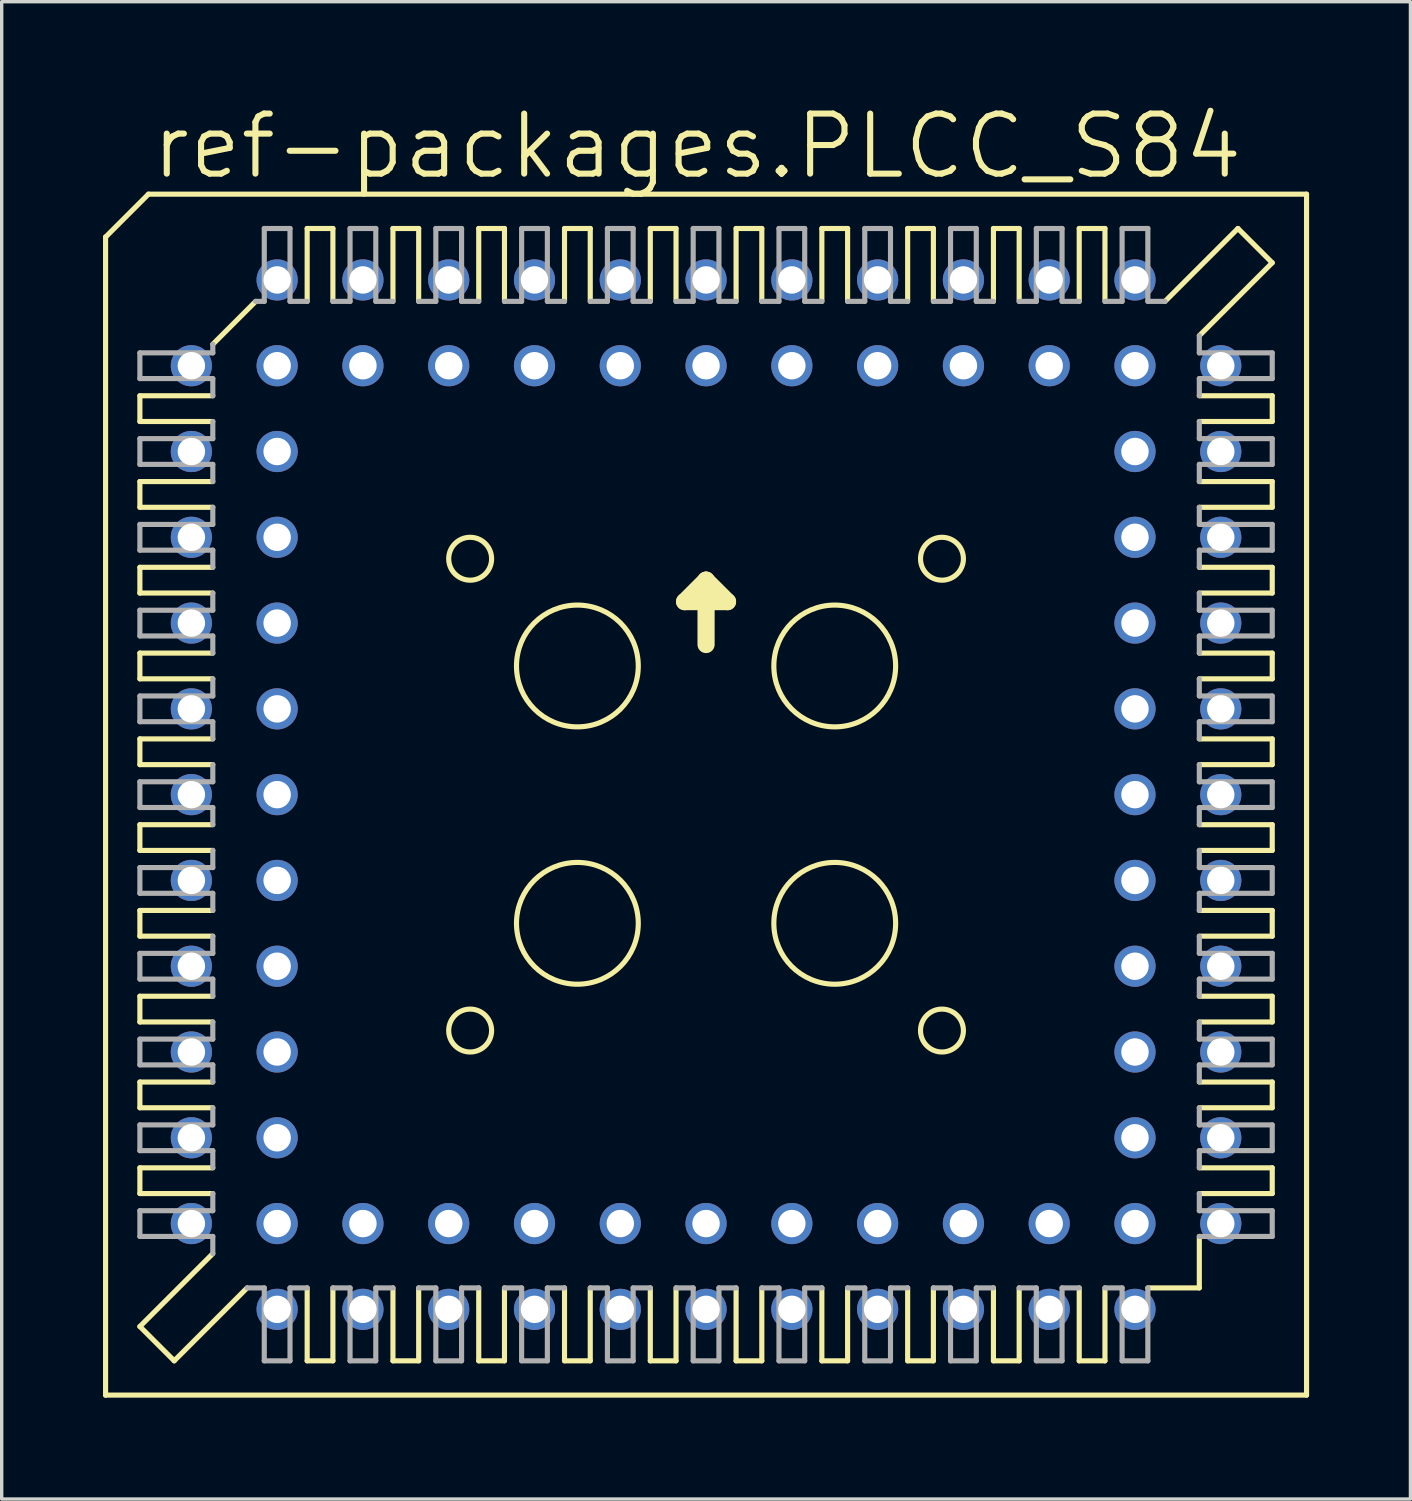
<source format=kicad_pcb>
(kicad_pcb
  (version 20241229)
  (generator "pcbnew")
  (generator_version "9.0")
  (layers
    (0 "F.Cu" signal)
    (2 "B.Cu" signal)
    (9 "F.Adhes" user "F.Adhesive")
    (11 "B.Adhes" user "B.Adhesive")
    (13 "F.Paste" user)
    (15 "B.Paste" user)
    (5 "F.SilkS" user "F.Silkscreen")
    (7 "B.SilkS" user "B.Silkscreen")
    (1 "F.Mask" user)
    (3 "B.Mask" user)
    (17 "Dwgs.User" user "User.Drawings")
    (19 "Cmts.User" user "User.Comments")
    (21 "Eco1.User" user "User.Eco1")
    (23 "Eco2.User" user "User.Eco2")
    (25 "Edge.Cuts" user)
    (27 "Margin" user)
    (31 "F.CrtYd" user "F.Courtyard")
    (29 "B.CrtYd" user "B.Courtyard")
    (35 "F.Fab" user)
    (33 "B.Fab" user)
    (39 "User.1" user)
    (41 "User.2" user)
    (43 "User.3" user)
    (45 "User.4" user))
  (footprint "ref-packages.PLCC_S84"
    (layer "F.Cu")
    (at 17.856 20.479)
    (property "Reference" "ref-packages.PLCC_S84" (at -16.51 -18.161 0) (layer "F.SilkS") (effects (font (size 1.778 1.778) (thickness 0.18)) (justify left bottom)))
    (attr through_hole)
    (fp_line (start -17.78 -16.51) (end -17.78 17.78) (stroke (width 0.152) (type default)) (layer "F.SilkS"))
    (fp_line (start -16.764 -11.811) (end -16.764 -11.049) (stroke (width 0.152) (type default)) (layer "F.SilkS"))
    (fp_line (start -16.764 -11.811) (end -14.605 -11.811) (stroke (width 0.152) (type default)) (layer "F.SilkS"))
    (fp_line (start -16.764 -9.271) (end -16.764 -8.509) (stroke (width 0.152) (type default)) (layer "F.SilkS"))
    (fp_line (start -16.764 -9.271) (end -14.605 -9.271) (stroke (width 0.152) (type default)) (layer "F.SilkS"))
    (fp_line (start -16.764 -6.731) (end -16.764 -5.969) (stroke (width 0.152) (type default)) (layer "F.SilkS"))
    (fp_line (start -16.764 -6.731) (end -14.605 -6.731) (stroke (width 0.152) (type default)) (layer "F.SilkS"))
    (fp_line (start -16.764 -4.191) (end -16.764 -3.429) (stroke (width 0.152) (type default)) (layer "F.SilkS"))
    (fp_line (start -16.764 -4.191) (end -14.605 -4.191) (stroke (width 0.152) (type default)) (layer "F.SilkS"))
    (fp_line (start -16.764 -0.889) (end -16.764 -1.651) (stroke (width 0.152) (type default)) (layer "F.SilkS"))
    (fp_line (start -16.764 -0.889) (end -14.605 -0.889) (stroke (width 0.152) (type default)) (layer "F.SilkS"))
    (fp_line (start -16.764 1.651) (end -16.764 0.889) (stroke (width 0.152) (type default)) (layer "F.SilkS"))
    (fp_line (start -16.764 1.651) (end -14.605 1.651) (stroke (width 0.152) (type default)) (layer "F.SilkS"))
    (fp_line (start -16.764 4.191) (end -16.764 3.429) (stroke (width 0.152) (type default)) (layer "F.SilkS"))
    (fp_line (start -16.764 4.191) (end -14.605 4.191) (stroke (width 0.152) (type default)) (layer "F.SilkS"))
    (fp_line (start -16.764 5.969) (end -16.764 6.731) (stroke (width 0.152) (type default)) (layer "F.SilkS"))
    (fp_line (start -16.764 5.969) (end -14.605 5.969) (stroke (width 0.152) (type default)) (layer "F.SilkS"))
    (fp_line (start -16.764 8.509) (end -16.764 9.271) (stroke (width 0.152) (type default)) (layer "F.SilkS"))
    (fp_line (start -16.764 8.509) (end -14.605 8.509) (stroke (width 0.152) (type default)) (layer "F.SilkS"))
    (fp_line (start -16.764 11.811) (end -16.764 11.049) (stroke (width 0.152) (type default)) (layer "F.SilkS"))
    (fp_line (start -16.764 11.811) (end -14.605 11.811) (stroke (width 0.152) (type default)) (layer "F.SilkS"))
    (fp_line (start -16.764 15.748) (end -14.605 13.589) (stroke (width 0.152) (type default)) (layer "F.SilkS"))
    (fp_line (start -16.51 -17.78) (end -17.78 -16.51) (stroke (width 0.152) (type default)) (layer "F.SilkS"))
    (fp_line (start -15.748 16.764) (end -16.764 15.748) (stroke (width 0.152) (type default)) (layer "F.SilkS"))
    (fp_line (start -15.748 16.764) (end -13.589 14.605) (stroke (width 0.152) (type default)) (layer "F.SilkS"))
    (fp_line (start -14.605 -13.335) (end -13.335 -14.605) (stroke (width 0.152) (type default)) (layer "F.SilkS"))
    (fp_line (start -14.605 -11.049) (end -16.764 -11.049) (stroke (width 0.152) (type default)) (layer "F.SilkS"))
    (fp_line (start -14.605 -8.509) (end -16.764 -8.509) (stroke (width 0.152) (type default)) (layer "F.SilkS"))
    (fp_line (start -14.605 -5.969) (end -16.764 -5.969) (stroke (width 0.152) (type default)) (layer "F.SilkS"))
    (fp_line (start -14.605 -3.429) (end -16.764 -3.429) (stroke (width 0.152) (type default)) (layer "F.SilkS"))
    (fp_line (start -14.605 -1.651) (end -16.764 -1.651) (stroke (width 0.152) (type default)) (layer "F.SilkS"))
    (fp_line (start -14.605 0.889) (end -16.764 0.889) (stroke (width 0.152) (type default)) (layer "F.SilkS"))
    (fp_line (start -14.605 3.429) (end -16.764 3.429) (stroke (width 0.152) (type default)) (layer "F.SilkS"))
    (fp_line (start -14.605 6.731) (end -16.764 6.731) (stroke (width 0.152) (type default)) (layer "F.SilkS"))
    (fp_line (start -14.605 9.271) (end -16.764 9.271) (stroke (width 0.152) (type default)) (layer "F.SilkS"))
    (fp_line (start -14.605 11.049) (end -16.764 11.049) (stroke (width 0.152) (type default)) (layer "F.SilkS"))
    (fp_line (start -11.811 -16.764) (end -11.811 -14.605) (stroke (width 0.152) (type default)) (layer "F.SilkS"))
    (fp_line (start -11.811 -16.764) (end -11.049 -16.764) (stroke (width 0.152) (type default)) (layer "F.SilkS"))
    (fp_line (start -11.811 16.764) (end -11.811 14.605) (stroke (width 0.152) (type default)) (layer "F.SilkS"))
    (fp_line (start -11.811 16.764) (end -11.049 16.764) (stroke (width 0.152) (type default)) (layer "F.SilkS"))
    (fp_line (start -11.049 -14.605) (end -11.049 -16.764) (stroke (width 0.152) (type default)) (layer "F.SilkS"))
    (fp_line (start -11.049 14.605) (end -11.049 16.764) (stroke (width 0.152) (type default)) (layer "F.SilkS"))
    (fp_line (start -9.271 -14.605) (end -9.271 -16.764) (stroke (width 0.152) (type default)) (layer "F.SilkS"))
    (fp_line (start -9.271 16.764) (end -9.271 14.605) (stroke (width 0.152) (type default)) (layer "F.SilkS"))
    (fp_line (start -9.271 16.764) (end -8.509 16.764) (stroke (width 0.152) (type default)) (layer "F.SilkS"))
    (fp_line (start -8.509 -16.764) (end -9.271 -16.764) (stroke (width 0.152) (type default)) (layer "F.SilkS"))
    (fp_line (start -8.509 -16.764) (end -8.509 -14.605) (stroke (width 0.152) (type default)) (layer "F.SilkS"))
    (fp_line (start -8.509 14.605) (end -8.509 16.764) (stroke (width 0.152) (type default)) (layer "F.SilkS"))
    (fp_line (start -6.731 -14.605) (end -6.731 -16.764) (stroke (width 0.152) (type default)) (layer "F.SilkS"))
    (fp_line (start -6.731 16.764) (end -6.731 14.605) (stroke (width 0.152) (type default)) (layer "F.SilkS"))
    (fp_line (start -6.731 16.764) (end -5.969 16.764) (stroke (width 0.152) (type default)) (layer "F.SilkS"))
    (fp_line (start -5.969 -16.764) (end -6.731 -16.764) (stroke (width 0.152) (type default)) (layer "F.SilkS"))
    (fp_line (start -5.969 -16.764) (end -5.969 -14.605) (stroke (width 0.152) (type default)) (layer "F.SilkS"))
    (fp_line (start -5.969 14.605) (end -5.969 16.764) (stroke (width 0.152) (type default)) (layer "F.SilkS"))
    (fp_line (start -4.191 -14.605) (end -4.191 -16.764) (stroke (width 0.152) (type default)) (layer "F.SilkS"))
    (fp_line (start -4.191 16.764) (end -4.191 14.605) (stroke (width 0.152) (type default)) (layer "F.SilkS"))
    (fp_line (start -4.191 16.764) (end -3.429 16.764) (stroke (width 0.152) (type default)) (layer "F.SilkS"))
    (fp_line (start -3.429 -16.764) (end -4.191 -16.764) (stroke (width 0.152) (type default)) (layer "F.SilkS"))
    (fp_line (start -3.429 -16.764) (end -3.429 -14.605) (stroke (width 0.152) (type default)) (layer "F.SilkS"))
    (fp_line (start -3.429 14.605) (end -3.429 16.764) (stroke (width 0.152) (type default)) (layer "F.SilkS"))
    (fp_line (start -1.651 -14.605) (end -1.651 -16.764) (stroke (width 0.152) (type default)) (layer "F.SilkS"))
    (fp_line (start -1.651 16.764) (end -1.651 14.605) (stroke (width 0.152) (type default)) (layer "F.SilkS"))
    (fp_line (start -1.651 16.764) (end -0.889 16.764) (stroke (width 0.152) (type default)) (layer "F.SilkS"))
    (fp_line (start -0.889 -16.764) (end -1.651 -16.764) (stroke (width 0.152) (type default)) (layer "F.SilkS"))
    (fp_line (start -0.889 -16.764) (end -0.889 -14.605) (stroke (width 0.152) (type default)) (layer "F.SilkS"))
    (fp_line (start -0.889 14.605) (end -0.889 16.764) (stroke (width 0.152) (type default)) (layer "F.SilkS"))
    (fp_line (start -0.635 -5.715) (end 0 -6.35) (stroke (width 0.508) (type default)) (layer "F.SilkS"))
    (fp_line (start 0 -6.35) (end 0 -4.445) (stroke (width 0.508) (type default)) (layer "F.SilkS"))
    (fp_line (start 0 -6.35) (end 0.635 -5.715) (stroke (width 0.508) (type default)) (layer "F.SilkS"))
    (fp_line (start 0.635 -5.715) (end -0.635 -5.715) (stroke (width 0.508) (type default)) (layer "F.SilkS"))
    (fp_line (start 0.889 -14.605) (end 0.889 -16.764) (stroke (width 0.152) (type default)) (layer "F.SilkS"))
    (fp_line (start 0.889 16.764) (end 0.889 14.605) (stroke (width 0.152) (type default)) (layer "F.SilkS"))
    (fp_line (start 0.889 16.764) (end 1.651 16.764) (stroke (width 0.152) (type default)) (layer "F.SilkS"))
    (fp_line (start 1.651 -16.764) (end 0.889 -16.764) (stroke (width 0.152) (type default)) (layer "F.SilkS"))
    (fp_line (start 1.651 -16.764) (end 1.651 -14.605) (stroke (width 0.152) (type default)) (layer "F.SilkS"))
    (fp_line (start 1.651 14.605) (end 1.651 16.764) (stroke (width 0.152) (type default)) (layer "F.SilkS"))
    (fp_line (start 3.429 -14.605) (end 3.429 -16.764) (stroke (width 0.152) (type default)) (layer "F.SilkS"))
    (fp_line (start 3.429 16.764) (end 3.429 14.605) (stroke (width 0.152) (type default)) (layer "F.SilkS"))
    (fp_line (start 3.429 16.764) (end 4.191 16.764) (stroke (width 0.152) (type default)) (layer "F.SilkS"))
    (fp_line (start 4.191 -16.764) (end 3.429 -16.764) (stroke (width 0.152) (type default)) (layer "F.SilkS"))
    (fp_line (start 4.191 -16.764) (end 4.191 -14.605) (stroke (width 0.152) (type default)) (layer "F.SilkS"))
    (fp_line (start 4.191 14.605) (end 4.191 16.764) (stroke (width 0.152) (type default)) (layer "F.SilkS"))
    (fp_line (start 5.969 -14.605) (end 5.969 -16.764) (stroke (width 0.152) (type default)) (layer "F.SilkS"))
    (fp_line (start 5.969 16.764) (end 5.969 14.605) (stroke (width 0.152) (type default)) (layer "F.SilkS"))
    (fp_line (start 5.969 16.764) (end 6.731 16.764) (stroke (width 0.152) (type default)) (layer "F.SilkS"))
    (fp_line (start 6.731 -16.764) (end 5.969 -16.764) (stroke (width 0.152) (type default)) (layer "F.SilkS"))
    (fp_line (start 6.731 -16.764) (end 6.731 -14.605) (stroke (width 0.152) (type default)) (layer "F.SilkS"))
    (fp_line (start 6.731 14.605) (end 6.731 16.764) (stroke (width 0.152) (type default)) (layer "F.SilkS"))
    (fp_line (start 8.509 -14.605) (end 8.509 -16.764) (stroke (width 0.152) (type default)) (layer "F.SilkS"))
    (fp_line (start 8.509 16.764) (end 8.509 14.605) (stroke (width 0.152) (type default)) (layer "F.SilkS"))
    (fp_line (start 8.509 16.764) (end 9.271 16.764) (stroke (width 0.152) (type default)) (layer "F.SilkS"))
    (fp_line (start 9.271 -16.764) (end 8.509 -16.764) (stroke (width 0.152) (type default)) (layer "F.SilkS"))
    (fp_line (start 9.271 -16.764) (end 9.271 -14.605) (stroke (width 0.152) (type default)) (layer "F.SilkS"))
    (fp_line (start 9.271 14.605) (end 9.271 16.764) (stroke (width 0.152) (type default)) (layer "F.SilkS"))
    (fp_line (start 11.049 -14.605) (end 11.049 -16.764) (stroke (width 0.152) (type default)) (layer "F.SilkS"))
    (fp_line (start 11.049 14.605) (end 11.049 16.764) (stroke (width 0.152) (type default)) (layer "F.SilkS"))
    (fp_line (start 11.811 -16.764) (end 11.049 -16.764) (stroke (width 0.152) (type default)) (layer "F.SilkS"))
    (fp_line (start 11.811 -16.764) (end 11.811 -14.605) (stroke (width 0.152) (type default)) (layer "F.SilkS"))
    (fp_line (start 11.811 16.764) (end 11.049 16.764) (stroke (width 0.152) (type default)) (layer "F.SilkS"))
    (fp_line (start 11.811 16.764) (end 11.811 14.605) (stroke (width 0.152) (type default)) (layer "F.SilkS"))
    (fp_line (start 13.081 14.605) (end 14.605 14.605) (stroke (width 0.152) (type default)) (layer "F.SilkS"))
    (fp_line (start 14.605 -11.049) (end 16.764 -11.049) (stroke (width 0.152) (type default)) (layer "F.SilkS"))
    (fp_line (start 14.605 -9.271) (end 16.764 -9.271) (stroke (width 0.152) (type default)) (layer "F.SilkS"))
    (fp_line (start 14.605 -6.731) (end 16.764 -6.731) (stroke (width 0.152) (type default)) (layer "F.SilkS"))
    (fp_line (start 14.605 -3.429) (end 16.764 -3.429) (stroke (width 0.152) (type default)) (layer "F.SilkS"))
    (fp_line (start 14.605 -0.889) (end 16.764 -0.889) (stroke (width 0.152) (type default)) (layer "F.SilkS"))
    (fp_line (start 14.605 1.651) (end 16.764 1.651) (stroke (width 0.152) (type default)) (layer "F.SilkS"))
    (fp_line (start 14.605 3.429) (end 16.764 3.429) (stroke (width 0.152) (type default)) (layer "F.SilkS"))
    (fp_line (start 14.605 5.969) (end 16.764 5.969) (stroke (width 0.152) (type default)) (layer "F.SilkS"))
    (fp_line (start 14.605 8.509) (end 16.764 8.509) (stroke (width 0.152) (type default)) (layer "F.SilkS"))
    (fp_line (start 14.605 11.049) (end 16.764 11.049) (stroke (width 0.152) (type default)) (layer "F.SilkS"))
    (fp_line (start 14.605 14.605) (end 14.605 13.081) (stroke (width 0.152) (type default)) (layer "F.SilkS"))
    (fp_line (start 15.748 -16.764) (end 13.589 -14.605) (stroke (width 0.152) (type default)) (layer "F.SilkS"))
    (fp_line (start 16.764 -15.748) (end 14.605 -13.589) (stroke (width 0.152) (type default)) (layer "F.SilkS"))
    (fp_line (start 16.764 -15.748) (end 15.748 -16.764) (stroke (width 0.152) (type default)) (layer "F.SilkS"))
    (fp_line (start 16.764 -11.811) (end 14.605 -11.811) (stroke (width 0.152) (type default)) (layer "F.SilkS"))
    (fp_line (start 16.764 -11.811) (end 16.764 -11.049) (stroke (width 0.152) (type default)) (layer "F.SilkS"))
    (fp_line (start 16.764 -8.509) (end 14.605 -8.509) (stroke (width 0.152) (type default)) (layer "F.SilkS"))
    (fp_line (start 16.764 -8.509) (end 16.764 -9.271) (stroke (width 0.152) (type default)) (layer "F.SilkS"))
    (fp_line (start 16.764 -5.969) (end 14.605 -5.969) (stroke (width 0.152) (type default)) (layer "F.SilkS"))
    (fp_line (start 16.764 -5.969) (end 16.764 -6.731) (stroke (width 0.152) (type default)) (layer "F.SilkS"))
    (fp_line (start 16.764 -4.191) (end 14.605 -4.191) (stroke (width 0.152) (type default)) (layer "F.SilkS"))
    (fp_line (start 16.764 -4.191) (end 16.764 -3.429) (stroke (width 0.152) (type default)) (layer "F.SilkS"))
    (fp_line (start 16.764 -1.651) (end 14.605 -1.651) (stroke (width 0.152) (type default)) (layer "F.SilkS"))
    (fp_line (start 16.764 -1.651) (end 16.764 -0.889) (stroke (width 0.152) (type default)) (layer "F.SilkS"))
    (fp_line (start 16.764 0.889) (end 14.605 0.889) (stroke (width 0.152) (type default)) (layer "F.SilkS"))
    (fp_line (start 16.764 0.889) (end 16.764 1.651) (stroke (width 0.152) (type default)) (layer "F.SilkS"))
    (fp_line (start 16.764 4.191) (end 14.605 4.191) (stroke (width 0.152) (type default)) (layer "F.SilkS"))
    (fp_line (start 16.764 4.191) (end 16.764 3.429) (stroke (width 0.152) (type default)) (layer "F.SilkS"))
    (fp_line (start 16.764 6.731) (end 14.605 6.731) (stroke (width 0.152) (type default)) (layer "F.SilkS"))
    (fp_line (start 16.764 6.731) (end 16.764 5.969) (stroke (width 0.152) (type default)) (layer "F.SilkS"))
    (fp_line (start 16.764 9.271) (end 14.605 9.271) (stroke (width 0.152) (type default)) (layer "F.SilkS"))
    (fp_line (start 16.764 9.271) (end 16.764 8.509) (stroke (width 0.152) (type default)) (layer "F.SilkS"))
    (fp_line (start 16.764 11.811) (end 14.605 11.811) (stroke (width 0.152) (type default)) (layer "F.SilkS"))
    (fp_line (start 16.764 11.811) (end 16.764 11.049) (stroke (width 0.152) (type default)) (layer "F.SilkS"))
    (fp_line (start 17.78 -17.78) (end -16.51 -17.78) (stroke (width 0.152) (type default)) (layer "F.SilkS"))
    (fp_line (start 17.78 17.78) (end -17.78 17.78) (stroke (width 0.152) (type default)) (layer "F.SilkS"))
    (fp_line (start 17.78 17.78) (end 17.78 -17.78) (stroke (width 0.152) (type default)) (layer "F.SilkS"))
    (fp_circle (center -6.985 -6.985) (end -6.35 -6.985) (stroke (width 0.152) (type default)) (fill no) (layer "F.SilkS"))
    (fp_circle (center -6.985 6.985) (end -6.35 6.985) (stroke (width 0.152) (type default)) (fill no) (layer "F.SilkS"))
    (fp_circle (center -3.81 -3.81) (end -2.007 -3.81) (stroke (width 0.152) (type default)) (fill no) (layer "F.SilkS"))
    (fp_circle (center -3.81 3.81) (end -2.007 3.81) (stroke (width 0.152) (type default)) (fill no) (layer "F.SilkS"))
    (fp_circle (center 3.81 -3.81) (end 5.613 -3.81) (stroke (width 0.152) (type default)) (fill no) (layer "F.SilkS"))
    (fp_circle (center 3.81 3.81) (end 5.613 3.81) (stroke (width 0.152) (type default)) (fill no) (layer "F.SilkS"))
    (fp_circle (center 6.985 -6.985) (end 7.62 -6.985) (stroke (width 0.152) (type default)) (fill no) (layer "F.SilkS"))
    (fp_circle (center 6.985 6.985) (end 7.62 6.985) (stroke (width 0.152) (type default)) (fill no) (layer "F.SilkS"))
    (fp_line (start -16.764 -13.081) (end -16.764 -12.319) (stroke (width 0.152) (type default)) (layer "F.Fab"))
    (fp_line (start -16.764 -13.081) (end -14.605 -13.081) (stroke (width 0.152) (type default)) (layer "F.Fab"))
    (fp_line (start -16.764 -10.541) (end -16.764 -9.779) (stroke (width 0.152) (type default)) (layer "F.Fab"))
    (fp_line (start -16.764 -10.541) (end -14.605 -10.541) (stroke (width 0.152) (type default)) (layer "F.Fab"))
    (fp_line (start -16.764 -7.239) (end -16.764 -8.001) (stroke (width 0.152) (type default)) (layer "F.Fab"))
    (fp_line (start -16.764 -7.239) (end -14.605 -7.239) (stroke (width 0.152) (type default)) (layer "F.Fab"))
    (fp_line (start -16.764 -5.461) (end -16.764 -4.699) (stroke (width 0.152) (type default)) (layer "F.Fab"))
    (fp_line (start -16.764 -5.461) (end -14.605 -5.461) (stroke (width 0.152) (type default)) (layer "F.Fab"))
    (fp_line (start -16.764 -2.921) (end -16.764 -2.159) (stroke (width 0.152) (type default)) (layer "F.Fab"))
    (fp_line (start -16.764 -2.921) (end -14.605 -2.921) (stroke (width 0.152) (type default)) (layer "F.Fab"))
    (fp_line (start -16.764 0.381) (end -16.764 -0.381) (stroke (width 0.152) (type default)) (layer "F.Fab"))
    (fp_line (start -16.764 0.381) (end -14.605 0.381) (stroke (width 0.152) (type default)) (layer "F.Fab"))
    (fp_line (start -16.764 2.921) (end -16.764 2.159) (stroke (width 0.152) (type default)) (layer "F.Fab"))
    (fp_line (start -16.764 2.921) (end -14.605 2.921) (stroke (width 0.152) (type default)) (layer "F.Fab"))
    (fp_line (start -16.764 5.461) (end -16.764 4.699) (stroke (width 0.152) (type default)) (layer "F.Fab"))
    (fp_line (start -16.764 5.461) (end -14.605 5.461) (stroke (width 0.152) (type default)) (layer "F.Fab"))
    (fp_line (start -16.764 7.239) (end -16.764 8.001) (stroke (width 0.152) (type default)) (layer "F.Fab"))
    (fp_line (start -16.764 7.239) (end -14.605 7.239) (stroke (width 0.152) (type default)) (layer "F.Fab"))
    (fp_line (start -16.764 9.779) (end -16.764 10.541) (stroke (width 0.152) (type default)) (layer "F.Fab"))
    (fp_line (start -16.764 9.779) (end -14.605 9.779) (stroke (width 0.152) (type default)) (layer "F.Fab"))
    (fp_line (start -16.764 13.081) (end -16.764 12.319) (stroke (width 0.152) (type default)) (layer "F.Fab"))
    (fp_line (start -16.764 13.081) (end -14.605 13.081) (stroke (width 0.152) (type default)) (layer "F.Fab"))
    (fp_line (start -14.605 -13.081) (end -14.605 -13.335) (stroke (width 0.152) (type default)) (layer "F.Fab"))
    (fp_line (start -14.605 -12.319) (end -16.764 -12.319) (stroke (width 0.152) (type default)) (layer "F.Fab"))
    (fp_line (start -14.605 -12.319) (end -14.605 -11.811) (stroke (width 0.152) (type default)) (layer "F.Fab"))
    (fp_line (start -14.605 -11.049) (end -14.605 -10.541) (stroke (width 0.152) (type default)) (layer "F.Fab"))
    (fp_line (start -14.605 -9.779) (end -16.764 -9.779) (stroke (width 0.152) (type default)) (layer "F.Fab"))
    (fp_line (start -14.605 -9.779) (end -14.605 -9.271) (stroke (width 0.152) (type default)) (layer "F.Fab"))
    (fp_line (start -14.605 -8.001) (end -16.764 -8.001) (stroke (width 0.152) (type default)) (layer "F.Fab"))
    (fp_line (start -14.605 -8.001) (end -14.605 -8.509) (stroke (width 0.152) (type default)) (layer "F.Fab"))
    (fp_line (start -14.605 -6.731) (end -14.605 -7.239) (stroke (width 0.152) (type default)) (layer "F.Fab"))
    (fp_line (start -14.605 -5.969) (end -14.605 -5.461) (stroke (width 0.152) (type default)) (layer "F.Fab"))
    (fp_line (start -14.605 -4.699) (end -16.764 -4.699) (stroke (width 0.152) (type default)) (layer "F.Fab"))
    (fp_line (start -14.605 -4.699) (end -14.605 -4.191) (stroke (width 0.152) (type default)) (layer "F.Fab"))
    (fp_line (start -14.605 -3.429) (end -14.605 -2.921) (stroke (width 0.152) (type default)) (layer "F.Fab"))
    (fp_line (start -14.605 -2.159) (end -16.764 -2.159) (stroke (width 0.152) (type default)) (layer "F.Fab"))
    (fp_line (start -14.605 -2.159) (end -14.605 -1.651) (stroke (width 0.152) (type default)) (layer "F.Fab"))
    (fp_line (start -14.605 -0.381) (end -16.764 -0.381) (stroke (width 0.152) (type default)) (layer "F.Fab"))
    (fp_line (start -14.605 -0.381) (end -14.605 -0.889) (stroke (width 0.152) (type default)) (layer "F.Fab"))
    (fp_line (start -14.605 0.889) (end -14.605 0.381) (stroke (width 0.152) (type default)) (layer "F.Fab"))
    (fp_line (start -14.605 2.159) (end -16.764 2.159) (stroke (width 0.152) (type default)) (layer "F.Fab"))
    (fp_line (start -14.605 2.159) (end -14.605 1.651) (stroke (width 0.152) (type default)) (layer "F.Fab"))
    (fp_line (start -14.605 3.429) (end -14.605 2.921) (stroke (width 0.152) (type default)) (layer "F.Fab"))
    (fp_line (start -14.605 4.699) (end -16.764 4.699) (stroke (width 0.152) (type default)) (layer "F.Fab"))
    (fp_line (start -14.605 4.699) (end -14.605 4.191) (stroke (width 0.152) (type default)) (layer "F.Fab"))
    (fp_line (start -14.605 5.461) (end -14.605 5.969) (stroke (width 0.152) (type default)) (layer "F.Fab"))
    (fp_line (start -14.605 6.731) (end -14.605 7.239) (stroke (width 0.152) (type default)) (layer "F.Fab"))
    (fp_line (start -14.605 8.001) (end -16.764 8.001) (stroke (width 0.152) (type default)) (layer "F.Fab"))
    (fp_line (start -14.605 8.001) (end -14.605 8.509) (stroke (width 0.152) (type default)) (layer "F.Fab"))
    (fp_line (start -14.605 9.271) (end -14.605 9.779) (stroke (width 0.152) (type default)) (layer "F.Fab"))
    (fp_line (start -14.605 10.541) (end -16.764 10.541) (stroke (width 0.152) (type default)) (layer "F.Fab"))
    (fp_line (start -14.605 11.049) (end -14.605 10.541) (stroke (width 0.152) (type default)) (layer "F.Fab"))
    (fp_line (start -14.605 12.319) (end -16.764 12.319) (stroke (width 0.152) (type default)) (layer "F.Fab"))
    (fp_line (start -14.605 12.319) (end -14.605 11.811) (stroke (width 0.152) (type default)) (layer "F.Fab"))
    (fp_line (start -14.605 13.589) (end -14.605 13.081) (stroke (width 0.152) (type default)) (layer "F.Fab"))
    (fp_line (start -13.589 14.605) (end -13.081 14.605) (stroke (width 0.152) (type default)) (layer "F.Fab"))
    (fp_line (start -13.335 -14.605) (end -13.081 -14.605) (stroke (width 0.152) (type default)) (layer "F.Fab"))
    (fp_line (start -13.081 -14.605) (end -13.081 -16.764) (stroke (width 0.152) (type default)) (layer "F.Fab"))
    (fp_line (start -13.081 16.764) (end -13.081 14.605) (stroke (width 0.152) (type default)) (layer "F.Fab"))
    (fp_line (start -13.081 16.764) (end -12.319 16.764) (stroke (width 0.152) (type default)) (layer "F.Fab"))
    (fp_line (start -12.319 -16.764) (end -13.081 -16.764) (stroke (width 0.152) (type default)) (layer "F.Fab"))
    (fp_line (start -12.319 -16.764) (end -12.319 -14.605) (stroke (width 0.152) (type default)) (layer "F.Fab"))
    (fp_line (start -12.319 -14.605) (end -11.811 -14.605) (stroke (width 0.152) (type default)) (layer "F.Fab"))
    (fp_line (start -12.319 14.605) (end -12.319 16.764) (stroke (width 0.152) (type default)) (layer "F.Fab"))
    (fp_line (start -12.319 14.605) (end -11.811 14.605) (stroke (width 0.152) (type default)) (layer "F.Fab"))
    (fp_line (start -11.049 -14.605) (end -10.541 -14.605) (stroke (width 0.152) (type default)) (layer "F.Fab"))
    (fp_line (start -11.049 14.605) (end -10.541 14.605) (stroke (width 0.152) (type default)) (layer "F.Fab"))
    (fp_line (start -10.541 -14.605) (end -10.541 -16.764) (stroke (width 0.152) (type default)) (layer "F.Fab"))
    (fp_line (start -10.541 16.764) (end -10.541 14.605) (stroke (width 0.152) (type default)) (layer "F.Fab"))
    (fp_line (start -10.541 16.764) (end -9.779 16.764) (stroke (width 0.152) (type default)) (layer "F.Fab"))
    (fp_line (start -9.779 -16.764) (end -10.541 -16.764) (stroke (width 0.152) (type default)) (layer "F.Fab"))
    (fp_line (start -9.779 -16.764) (end -9.779 -14.605) (stroke (width 0.152) (type default)) (layer "F.Fab"))
    (fp_line (start -9.779 14.605) (end -9.779 16.764) (stroke (width 0.152) (type default)) (layer "F.Fab"))
    (fp_line (start -9.779 14.605) (end -9.271 14.605) (stroke (width 0.152) (type default)) (layer "F.Fab"))
    (fp_line (start -9.271 -14.605) (end -9.779 -14.605) (stroke (width 0.152) (type default)) (layer "F.Fab"))
    (fp_line (start -8.001 -14.605) (end -8.509 -14.605) (stroke (width 0.152) (type default)) (layer "F.Fab"))
    (fp_line (start -8.001 -14.605) (end -8.001 -16.764) (stroke (width 0.152) (type default)) (layer "F.Fab"))
    (fp_line (start -8.001 14.605) (end -8.509 14.605) (stroke (width 0.152) (type default)) (layer "F.Fab"))
    (fp_line (start -8.001 14.605) (end -8.001 16.764) (stroke (width 0.152) (type default)) (layer "F.Fab"))
    (fp_line (start -7.239 -16.764) (end -8.001 -16.764) (stroke (width 0.152) (type default)) (layer "F.Fab"))
    (fp_line (start -7.239 -16.764) (end -7.239 -14.605) (stroke (width 0.152) (type default)) (layer "F.Fab"))
    (fp_line (start -7.239 16.764) (end -8.001 16.764) (stroke (width 0.152) (type default)) (layer "F.Fab"))
    (fp_line (start -7.239 16.764) (end -7.239 14.605) (stroke (width 0.152) (type default)) (layer "F.Fab"))
    (fp_line (start -6.731 -14.605) (end -7.239 -14.605) (stroke (width 0.152) (type default)) (layer "F.Fab"))
    (fp_line (start -6.731 14.605) (end -7.239 14.605) (stroke (width 0.152) (type default)) (layer "F.Fab"))
    (fp_line (start -5.969 14.605) (end -5.461 14.605) (stroke (width 0.152) (type default)) (layer "F.Fab"))
    (fp_line (start -5.461 -14.605) (end -5.969 -14.605) (stroke (width 0.152) (type default)) (layer "F.Fab"))
    (fp_line (start -5.461 -14.605) (end -5.461 -16.764) (stroke (width 0.152) (type default)) (layer "F.Fab"))
    (fp_line (start -5.461 16.764) (end -5.461 14.605) (stroke (width 0.152) (type default)) (layer "F.Fab"))
    (fp_line (start -5.461 16.764) (end -4.699 16.764) (stroke (width 0.152) (type default)) (layer "F.Fab"))
    (fp_line (start -4.699 -16.764) (end -5.461 -16.764) (stroke (width 0.152) (type default)) (layer "F.Fab"))
    (fp_line (start -4.699 -16.764) (end -4.699 -14.605) (stroke (width 0.152) (type default)) (layer "F.Fab"))
    (fp_line (start -4.699 14.605) (end -4.699 16.764) (stroke (width 0.152) (type default)) (layer "F.Fab"))
    (fp_line (start -4.699 14.605) (end -4.191 14.605) (stroke (width 0.152) (type default)) (layer "F.Fab"))
    (fp_line (start -4.191 -14.605) (end -4.699 -14.605) (stroke (width 0.152) (type default)) (layer "F.Fab"))
    (fp_line (start -3.429 14.605) (end -2.921 14.605) (stroke (width 0.152) (type default)) (layer "F.Fab"))
    (fp_line (start -2.921 -14.605) (end -3.429 -14.605) (stroke (width 0.152) (type default)) (layer "F.Fab"))
    (fp_line (start -2.921 -14.605) (end -2.921 -16.764) (stroke (width 0.152) (type default)) (layer "F.Fab"))
    (fp_line (start -2.921 16.764) (end -2.921 14.605) (stroke (width 0.152) (type default)) (layer "F.Fab"))
    (fp_line (start -2.921 16.764) (end -2.159 16.764) (stroke (width 0.152) (type default)) (layer "F.Fab"))
    (fp_line (start -2.159 -16.764) (end -2.921 -16.764) (stroke (width 0.152) (type default)) (layer "F.Fab"))
    (fp_line (start -2.159 -16.764) (end -2.159 -14.605) (stroke (width 0.152) (type default)) (layer "F.Fab"))
    (fp_line (start -2.159 14.605) (end -2.159 16.764) (stroke (width 0.152) (type default)) (layer "F.Fab"))
    (fp_line (start -2.159 14.605) (end -1.651 14.605) (stroke (width 0.152) (type default)) (layer "F.Fab"))
    (fp_line (start -1.651 -14.605) (end -2.159 -14.605) (stroke (width 0.152) (type default)) (layer "F.Fab"))
    (fp_line (start -0.889 14.605) (end -0.381 14.605) (stroke (width 0.152) (type default)) (layer "F.Fab"))
    (fp_line (start -0.381 -14.605) (end -0.889 -14.605) (stroke (width 0.152) (type default)) (layer "F.Fab"))
    (fp_line (start -0.381 -14.605) (end -0.381 -16.764) (stroke (width 0.152) (type default)) (layer "F.Fab"))
    (fp_line (start -0.381 16.764) (end -0.381 14.605) (stroke (width 0.152) (type default)) (layer "F.Fab"))
    (fp_line (start -0.381 16.764) (end 0.381 16.764) (stroke (width 0.152) (type default)) (layer "F.Fab"))
    (fp_line (start 0.381 -16.764) (end -0.381 -16.764) (stroke (width 0.152) (type default)) (layer "F.Fab"))
    (fp_line (start 0.381 -16.764) (end 0.381 -14.605) (stroke (width 0.152) (type default)) (layer "F.Fab"))
    (fp_line (start 0.381 14.605) (end 0.381 16.764) (stroke (width 0.152) (type default)) (layer "F.Fab"))
    (fp_line (start 0.381 14.605) (end 0.889 14.605) (stroke (width 0.152) (type default)) (layer "F.Fab"))
    (fp_line (start 0.889 -14.605) (end 0.381 -14.605) (stroke (width 0.152) (type default)) (layer "F.Fab"))
    (fp_line (start 1.651 14.605) (end 2.159 14.605) (stroke (width 0.152) (type default)) (layer "F.Fab"))
    (fp_line (start 2.159 -14.605) (end 1.651 -14.605) (stroke (width 0.152) (type default)) (layer "F.Fab"))
    (fp_line (start 2.159 -14.605) (end 2.159 -16.764) (stroke (width 0.152) (type default)) (layer "F.Fab"))
    (fp_line (start 2.159 16.764) (end 2.159 14.605) (stroke (width 0.152) (type default)) (layer "F.Fab"))
    (fp_line (start 2.159 16.764) (end 2.921 16.764) (stroke (width 0.152) (type default)) (layer "F.Fab"))
    (fp_line (start 2.921 -16.764) (end 2.159 -16.764) (stroke (width 0.152) (type default)) (layer "F.Fab"))
    (fp_line (start 2.921 -16.764) (end 2.921 -14.605) (stroke (width 0.152) (type default)) (layer "F.Fab"))
    (fp_line (start 2.921 14.605) (end 2.921 16.764) (stroke (width 0.152) (type default)) (layer "F.Fab"))
    (fp_line (start 2.921 14.605) (end 3.429 14.605) (stroke (width 0.152) (type default)) (layer "F.Fab"))
    (fp_line (start 3.429 -14.605) (end 2.921 -14.605) (stroke (width 0.152) (type default)) (layer "F.Fab"))
    (fp_line (start 4.191 14.605) (end 4.699 14.605) (stroke (width 0.152) (type default)) (layer "F.Fab"))
    (fp_line (start 4.699 -14.605) (end 4.191 -14.605) (stroke (width 0.152) (type default)) (layer "F.Fab"))
    (fp_line (start 4.699 -14.605) (end 4.699 -16.764) (stroke (width 0.152) (type default)) (layer "F.Fab"))
    (fp_line (start 4.699 16.764) (end 4.699 14.605) (stroke (width 0.152) (type default)) (layer "F.Fab"))
    (fp_line (start 4.699 16.764) (end 5.461 16.764) (stroke (width 0.152) (type default)) (layer "F.Fab"))
    (fp_line (start 5.461 -16.764) (end 4.699 -16.764) (stroke (width 0.152) (type default)) (layer "F.Fab"))
    (fp_line (start 5.461 -16.764) (end 5.461 -14.605) (stroke (width 0.152) (type default)) (layer "F.Fab"))
    (fp_line (start 5.461 14.605) (end 5.461 16.764) (stroke (width 0.152) (type default)) (layer "F.Fab"))
    (fp_line (start 5.461 14.605) (end 5.969 14.605) (stroke (width 0.152) (type default)) (layer "F.Fab"))
    (fp_line (start 5.969 -14.605) (end 5.461 -14.605) (stroke (width 0.152) (type default)) (layer "F.Fab"))
    (fp_line (start 6.731 -14.605) (end 7.239 -14.605) (stroke (width 0.152) (type default)) (layer "F.Fab"))
    (fp_line (start 6.731 14.605) (end 7.239 14.605) (stroke (width 0.152) (type default)) (layer "F.Fab"))
    (fp_line (start 7.239 -16.764) (end 7.239 -14.605) (stroke (width 0.152) (type default)) (layer "F.Fab"))
    (fp_line (start 7.239 -16.764) (end 8.001 -16.764) (stroke (width 0.152) (type default)) (layer "F.Fab"))
    (fp_line (start 7.239 16.764) (end 7.239 14.605) (stroke (width 0.152) (type default)) (layer "F.Fab"))
    (fp_line (start 7.239 16.764) (end 8.001 16.764) (stroke (width 0.152) (type default)) (layer "F.Fab"))
    (fp_line (start 8.001 -14.605) (end 8.001 -16.764) (stroke (width 0.152) (type default)) (layer "F.Fab"))
    (fp_line (start 8.001 -14.605) (end 8.509 -14.605) (stroke (width 0.152) (type default)) (layer "F.Fab"))
    (fp_line (start 8.001 14.605) (end 8.001 16.764) (stroke (width 0.152) (type default)) (layer "F.Fab"))
    (fp_line (start 8.001 14.605) (end 8.509 14.605) (stroke (width 0.152) (type default)) (layer "F.Fab"))
    (fp_line (start 9.271 14.605) (end 9.779 14.605) (stroke (width 0.152) (type default)) (layer "F.Fab"))
    (fp_line (start 9.779 -14.605) (end 9.271 -14.605) (stroke (width 0.152) (type default)) (layer "F.Fab"))
    (fp_line (start 9.779 -14.605) (end 9.779 -16.764) (stroke (width 0.152) (type default)) (layer "F.Fab"))
    (fp_line (start 9.779 16.764) (end 9.779 14.605) (stroke (width 0.152) (type default)) (layer "F.Fab"))
    (fp_line (start 9.779 16.764) (end 10.541 16.764) (stroke (width 0.152) (type default)) (layer "F.Fab"))
    (fp_line (start 10.541 -16.764) (end 9.779 -16.764) (stroke (width 0.152) (type default)) (layer "F.Fab"))
    (fp_line (start 10.541 -16.764) (end 10.541 -14.605) (stroke (width 0.152) (type default)) (layer "F.Fab"))
    (fp_line (start 10.541 14.605) (end 10.541 16.764) (stroke (width 0.152) (type default)) (layer "F.Fab"))
    (fp_line (start 11.049 -14.605) (end 10.541 -14.605) (stroke (width 0.152) (type default)) (layer "F.Fab"))
    (fp_line (start 11.049 14.605) (end 10.541 14.605) (stroke (width 0.152) (type default)) (layer "F.Fab"))
    (fp_line (start 12.319 -14.605) (end 11.811 -14.605) (stroke (width 0.152) (type default)) (layer "F.Fab"))
    (fp_line (start 12.319 -14.605) (end 12.319 -16.764) (stroke (width 0.152) (type default)) (layer "F.Fab"))
    (fp_line (start 12.319 14.605) (end 11.811 14.605) (stroke (width 0.152) (type default)) (layer "F.Fab"))
    (fp_line (start 12.319 16.764) (end 12.319 14.605) (stroke (width 0.152) (type default)) (layer "F.Fab"))
    (fp_line (start 12.319 16.764) (end 13.081 16.764) (stroke (width 0.152) (type default)) (layer "F.Fab"))
    (fp_line (start 13.081 -16.764) (end 12.319 -16.764) (stroke (width 0.152) (type default)) (layer "F.Fab"))
    (fp_line (start 13.081 -16.764) (end 13.081 -14.605) (stroke (width 0.152) (type default)) (layer "F.Fab"))
    (fp_line (start 13.081 14.605) (end 13.081 16.764) (stroke (width 0.152) (type default)) (layer "F.Fab"))
    (fp_line (start 13.589 -14.605) (end 13.081 -14.605) (stroke (width 0.152) (type default)) (layer "F.Fab"))
    (fp_line (start 14.605 -13.589) (end 14.605 -13.081) (stroke (width 0.152) (type default)) (layer "F.Fab"))
    (fp_line (start 14.605 -12.319) (end 14.605 -11.811) (stroke (width 0.152) (type default)) (layer "F.Fab"))
    (fp_line (start 14.605 -12.319) (end 16.764 -12.319) (stroke (width 0.152) (type default)) (layer "F.Fab"))
    (fp_line (start 14.605 -11.049) (end 14.605 -10.541) (stroke (width 0.152) (type default)) (layer "F.Fab"))
    (fp_line (start 14.605 -10.541) (end 16.764 -10.541) (stroke (width 0.152) (type default)) (layer "F.Fab"))
    (fp_line (start 14.605 -9.271) (end 14.605 -9.779) (stroke (width 0.152) (type default)) (layer "F.Fab"))
    (fp_line (start 14.605 -8.001) (end 14.605 -8.509) (stroke (width 0.152) (type default)) (layer "F.Fab"))
    (fp_line (start 14.605 -8.001) (end 16.764 -8.001) (stroke (width 0.152) (type default)) (layer "F.Fab"))
    (fp_line (start 14.605 -6.731) (end 14.605 -7.239) (stroke (width 0.152) (type default)) (layer "F.Fab"))
    (fp_line (start 14.605 -5.461) (end 14.605 -5.969) (stroke (width 0.152) (type default)) (layer "F.Fab"))
    (fp_line (start 14.605 -4.699) (end 14.605 -4.191) (stroke (width 0.152) (type default)) (layer "F.Fab"))
    (fp_line (start 14.605 -4.699) (end 16.764 -4.699) (stroke (width 0.152) (type default)) (layer "F.Fab"))
    (fp_line (start 14.605 -3.429) (end 14.605 -2.921) (stroke (width 0.152) (type default)) (layer "F.Fab"))
    (fp_line (start 14.605 -2.159) (end 14.605 -1.651) (stroke (width 0.152) (type default)) (layer "F.Fab"))
    (fp_line (start 14.605 -2.159) (end 16.764 -2.159) (stroke (width 0.152) (type default)) (layer "F.Fab"))
    (fp_line (start 14.605 -0.889) (end 14.605 -0.381) (stroke (width 0.152) (type default)) (layer "F.Fab"))
    (fp_line (start 14.605 0.381) (end 14.605 0.889) (stroke (width 0.152) (type default)) (layer "F.Fab"))
    (fp_line (start 14.605 0.381) (end 16.764 0.381) (stroke (width 0.152) (type default)) (layer "F.Fab"))
    (fp_line (start 14.605 1.651) (end 14.605 2.159) (stroke (width 0.152) (type default)) (layer "F.Fab"))
    (fp_line (start 14.605 2.159) (end 16.764 2.159) (stroke (width 0.152) (type default)) (layer "F.Fab"))
    (fp_line (start 14.605 3.429) (end 14.605 2.921) (stroke (width 0.152) (type default)) (layer "F.Fab"))
    (fp_line (start 14.605 4.699) (end 14.605 4.191) (stroke (width 0.152) (type default)) (layer "F.Fab"))
    (fp_line (start 14.605 4.699) (end 16.764 4.699) (stroke (width 0.152) (type default)) (layer "F.Fab"))
    (fp_line (start 14.605 5.969) (end 14.605 5.461) (stroke (width 0.152) (type default)) (layer "F.Fab"))
    (fp_line (start 14.605 6.731) (end 14.605 7.239) (stroke (width 0.152) (type default)) (layer "F.Fab"))
    (fp_line (start 14.605 8.001) (end 14.605 8.509) (stroke (width 0.152) (type default)) (layer "F.Fab"))
    (fp_line (start 14.605 8.001) (end 16.764 8.001) (stroke (width 0.152) (type default)) (layer "F.Fab"))
    (fp_line (start 14.605 9.779) (end 14.605 9.271) (stroke (width 0.152) (type default)) (layer "F.Fab"))
    (fp_line (start 14.605 9.779) (end 16.764 9.779) (stroke (width 0.152) (type default)) (layer "F.Fab"))
    (fp_line (start 14.605 11.049) (end 14.605 10.541) (stroke (width 0.152) (type default)) (layer "F.Fab"))
    (fp_line (start 14.605 12.319) (end 14.605 11.811) (stroke (width 0.152) (type default)) (layer "F.Fab"))
    (fp_line (start 14.605 12.319) (end 16.764 12.319) (stroke (width 0.152) (type default)) (layer "F.Fab"))
    (fp_line (start 16.764 -13.081) (end 14.605 -13.081) (stroke (width 0.152) (type default)) (layer "F.Fab"))
    (fp_line (start 16.764 -13.081) (end 16.764 -12.319) (stroke (width 0.152) (type default)) (layer "F.Fab"))
    (fp_line (start 16.764 -9.779) (end 14.605 -9.779) (stroke (width 0.152) (type default)) (layer "F.Fab"))
    (fp_line (start 16.764 -9.779) (end 16.764 -10.541) (stroke (width 0.152) (type default)) (layer "F.Fab"))
    (fp_line (start 16.764 -7.239) (end 14.605 -7.239) (stroke (width 0.152) (type default)) (layer "F.Fab"))
    (fp_line (start 16.764 -7.239) (end 16.764 -8.001) (stroke (width 0.152) (type default)) (layer "F.Fab"))
    (fp_line (start 16.764 -5.461) (end 14.605 -5.461) (stroke (width 0.152) (type default)) (layer "F.Fab"))
    (fp_line (start 16.764 -5.461) (end 16.764 -4.699) (stroke (width 0.152) (type default)) (layer "F.Fab"))
    (fp_line (start 16.764 -2.921) (end 14.605 -2.921) (stroke (width 0.152) (type default)) (layer "F.Fab"))
    (fp_line (start 16.764 -2.921) (end 16.764 -2.159) (stroke (width 0.152) (type default)) (layer "F.Fab"))
    (fp_line (start 16.764 -0.381) (end 14.605 -0.381) (stroke (width 0.152) (type default)) (layer "F.Fab"))
    (fp_line (start 16.764 -0.381) (end 16.764 0.381) (stroke (width 0.152) (type default)) (layer "F.Fab"))
    (fp_line (start 16.764 2.921) (end 14.605 2.921) (stroke (width 0.152) (type default)) (layer "F.Fab"))
    (fp_line (start 16.764 2.921) (end 16.764 2.159) (stroke (width 0.152) (type default)) (layer "F.Fab"))
    (fp_line (start 16.764 5.461) (end 14.605 5.461) (stroke (width 0.152) (type default)) (layer "F.Fab"))
    (fp_line (start 16.764 5.461) (end 16.764 4.699) (stroke (width 0.152) (type default)) (layer "F.Fab"))
    (fp_line (start 16.764 7.239) (end 14.605 7.239) (stroke (width 0.152) (type default)) (layer "F.Fab"))
    (fp_line (start 16.764 7.239) (end 16.764 8.001) (stroke (width 0.152) (type default)) (layer "F.Fab"))
    (fp_line (start 16.764 10.541) (end 14.605 10.541) (stroke (width 0.152) (type default)) (layer "F.Fab"))
    (fp_line (start 16.764 10.541) (end 16.764 9.779) (stroke (width 0.152) (type default)) (layer "F.Fab"))
    (fp_line (start 16.764 13.081) (end 14.605 13.081) (stroke (width 0.152) (type default)) (layer "F.Fab"))
    (fp_line (start 16.764 13.081) (end 16.764 12.319) (stroke (width 0.152) (type default)) (layer "F.Fab"))
    (pad "1" thru_hole circle (at 0 -15.24) (size 1.219 1.219) (drill 0.813) (layers "*.Cu" "*.Mask"))
    (pad "2" thru_hole circle (at 0 -12.7) (size 1.219 1.219) (drill 0.813) (layers "*.Cu" "*.Mask"))
    (pad "3" thru_hole circle (at -2.54 -15.24) (size 1.219 1.219) (drill 0.813) (layers "*.Cu" "*.Mask"))
    (pad "4" thru_hole circle (at -2.54 -12.7) (size 1.219 1.219) (drill 0.813) (layers "*.Cu" "*.Mask"))
    (pad "5" thru_hole circle (at -5.08 -15.24) (size 1.219 1.219) (drill 0.813) (layers "*.Cu" "*.Mask"))
    (pad "6" thru_hole circle (at -5.08 -12.7) (size 1.219 1.219) (drill 0.813) (layers "*.Cu" "*.Mask"))
    (pad "7" thru_hole circle (at -7.62 -15.24) (size 1.219 1.219) (drill 0.813) (layers "*.Cu" "*.Mask"))
    (pad "8" thru_hole circle (at -7.62 -12.7) (size 1.219 1.219) (drill 0.813) (layers "*.Cu" "*.Mask"))
    (pad "9" thru_hole circle (at -10.16 -15.24) (size 1.219 1.219) (drill 0.813) (layers "*.Cu" "*.Mask"))
    (pad "10" thru_hole circle (at -10.16 -12.7) (size 1.219 1.219) (drill 0.813) (layers "*.Cu" "*.Mask"))
    (pad "11" thru_hole circle (at -12.7 -15.24) (size 1.219 1.219) (drill 0.813) (layers "*.Cu" "*.Mask"))
    (pad "12" thru_hole circle (at -15.24 -12.7) (size 1.219 1.219) (drill 0.813) (layers "*.Cu" "*.Mask"))
    (pad "13" thru_hole circle (at -12.7 -12.7) (size 1.219 1.219) (drill 0.813) (layers "*.Cu" "*.Mask"))
    (pad "14" thru_hole circle (at -15.24 -10.16) (size 1.219 1.219) (drill 0.813) (layers "*.Cu" "*.Mask"))
    (pad "15" thru_hole circle (at -12.7 -10.16) (size 1.219 1.219) (drill 0.813) (layers "*.Cu" "*.Mask"))
    (pad "16" thru_hole circle (at -15.24 -7.62) (size 1.219 1.219) (drill 0.813) (layers "*.Cu" "*.Mask"))
    (pad "17" thru_hole circle (at -12.7 -7.62) (size 1.219 1.219) (drill 0.813) (layers "*.Cu" "*.Mask"))
    (pad "18" thru_hole circle (at -15.24 -5.08) (size 1.219 1.219) (drill 0.813) (layers "*.Cu" "*.Mask"))
    (pad "19" thru_hole circle (at -12.7 -5.08) (size 1.219 1.219) (drill 0.813) (layers "*.Cu" "*.Mask"))
    (pad "20" thru_hole circle (at -15.24 -2.54) (size 1.219 1.219) (drill 0.813) (layers "*.Cu" "*.Mask"))
    (pad "21" thru_hole circle (at -12.7 -2.54) (size 1.219 1.219) (drill 0.813) (layers "*.Cu" "*.Mask"))
    (pad "22" thru_hole circle (at -15.24 0) (size 1.219 1.219) (drill 0.813) (layers "*.Cu" "*.Mask"))
    (pad "23" thru_hole circle (at -12.7 0) (size 1.219 1.219) (drill 0.813) (layers "*.Cu" "*.Mask"))
    (pad "24" thru_hole circle (at -15.24 2.54) (size 1.219 1.219) (drill 0.813) (layers "*.Cu" "*.Mask"))
    (pad "25" thru_hole circle (at -12.7 2.54) (size 1.219 1.219) (drill 0.813) (layers "*.Cu" "*.Mask"))
    (pad "26" thru_hole circle (at -15.24 5.08) (size 1.219 1.219) (drill 0.813) (layers "*.Cu" "*.Mask"))
    (pad "27" thru_hole circle (at -12.7 5.08) (size 1.219 1.219) (drill 0.813) (layers "*.Cu" "*.Mask"))
    (pad "28" thru_hole circle (at -15.24 7.62) (size 1.219 1.219) (drill 0.813) (layers "*.Cu" "*.Mask"))
    (pad "29" thru_hole circle (at -12.7 7.62) (size 1.219 1.219) (drill 0.813) (layers "*.Cu" "*.Mask"))
    (pad "30" thru_hole circle (at -15.24 10.16) (size 1.219 1.219) (drill 0.813) (layers "*.Cu" "*.Mask"))
    (pad "31" thru_hole circle (at -12.7 10.16) (size 1.219 1.219) (drill 0.813) (layers "*.Cu" "*.Mask"))
    (pad "32" thru_hole circle (at -15.24 12.7) (size 1.219 1.219) (drill 0.813) (layers "*.Cu" "*.Mask"))
    (pad "33" thru_hole circle (at -12.7 15.24) (size 1.219 1.219) (drill 0.813) (layers "*.Cu" "*.Mask"))
    (pad "34" thru_hole circle (at -12.7 12.7) (size 1.219 1.219) (drill 0.813) (layers "*.Cu" "*.Mask"))
    (pad "35" thru_hole circle (at -10.16 15.24) (size 1.219 1.219) (drill 0.813) (layers "*.Cu" "*.Mask"))
    (pad "36" thru_hole circle (at -10.16 12.7) (size 1.219 1.219) (drill 0.813) (layers "*.Cu" "*.Mask"))
    (pad "37" thru_hole circle (at -7.62 15.24) (size 1.219 1.219) (drill 0.813) (layers "*.Cu" "*.Mask"))
    (pad "38" thru_hole circle (at -7.62 12.7) (size 1.219 1.219) (drill 0.813) (layers "*.Cu" "*.Mask"))
    (pad "39" thru_hole circle (at -5.08 15.24) (size 1.219 1.219) (drill 0.813) (layers "*.Cu" "*.Mask"))
    (pad "40" thru_hole circle (at -5.08 12.7) (size 1.219 1.219) (drill 0.813) (layers "*.Cu" "*.Mask"))
    (pad "41" thru_hole circle (at -2.54 15.24) (size 1.219 1.219) (drill 0.813) (layers "*.Cu" "*.Mask"))
    (pad "42" thru_hole circle (at -2.54 12.7) (size 1.219 1.219) (drill 0.813) (layers "*.Cu" "*.Mask"))
    (pad "43" thru_hole circle (at 0 15.24) (size 1.219 1.219) (drill 0.813) (layers "*.Cu" "*.Mask"))
    (pad "44" thru_hole circle (at 0 12.7) (size 1.219 1.219) (drill 0.813) (layers "*.Cu" "*.Mask"))
    (pad "45" thru_hole circle (at 2.54 15.24) (size 1.219 1.219) (drill 0.813) (layers "*.Cu" "*.Mask"))
    (pad "46" thru_hole circle (at 2.54 12.7) (size 1.219 1.219) (drill 0.813) (layers "*.Cu" "*.Mask"))
    (pad "47" thru_hole circle (at 5.08 15.24) (size 1.219 1.219) (drill 0.813) (layers "*.Cu" "*.Mask"))
    (pad "48" thru_hole circle (at 5.08 12.7) (size 1.219 1.219) (drill 0.813) (layers "*.Cu" "*.Mask"))
    (pad "49" thru_hole circle (at 7.62 15.24) (size 1.219 1.219) (drill 0.813) (layers "*.Cu" "*.Mask"))
    (pad "50" thru_hole circle (at 7.62 12.7) (size 1.219 1.219) (drill 0.813) (layers "*.Cu" "*.Mask"))
    (pad "51" thru_hole circle (at 10.16 15.24) (size 1.219 1.219) (drill 0.813) (layers "*.Cu" "*.Mask"))
    (pad "52" thru_hole circle (at 10.16 12.7) (size 1.219 1.219) (drill 0.813) (layers "*.Cu" "*.Mask"))
    (pad "53" thru_hole circle (at 12.7 15.24) (size 1.219 1.219) (drill 0.813) (layers "*.Cu" "*.Mask"))
    (pad "54" thru_hole circle (at 15.24 12.7) (size 1.219 1.219) (drill 0.813) (layers "*.Cu" "*.Mask"))
    (pad "55" thru_hole circle (at 12.7 12.7) (size 1.219 1.219) (drill 0.813) (layers "*.Cu" "*.Mask"))
    (pad "56" thru_hole circle (at 15.24 10.16) (size 1.219 1.219) (drill 0.813) (layers "*.Cu" "*.Mask"))
    (pad "57" thru_hole circle (at 12.7 10.16) (size 1.219 1.219) (drill 0.813) (layers "*.Cu" "*.Mask"))
    (pad "58" thru_hole circle (at 15.24 7.62) (size 1.219 1.219) (drill 0.813) (layers "*.Cu" "*.Mask"))
    (pad "59" thru_hole circle (at 12.7 7.62) (size 1.219 1.219) (drill 0.813) (layers "*.Cu" "*.Mask"))
    (pad "60" thru_hole circle (at 15.24 5.08) (size 1.219 1.219) (drill 0.813) (layers "*.Cu" "*.Mask"))
    (pad "61" thru_hole circle (at 12.7 5.08) (size 1.219 1.219) (drill 0.813) (layers "*.Cu" "*.Mask"))
    (pad "62" thru_hole circle (at 15.24 2.54) (size 1.219 1.219) (drill 0.813) (layers "*.Cu" "*.Mask"))
    (pad "63" thru_hole circle (at 12.7 2.54) (size 1.219 1.219) (drill 0.813) (layers "*.Cu" "*.Mask"))
    (pad "64" thru_hole circle (at 15.24 0) (size 1.219 1.219) (drill 0.813) (layers "*.Cu" "*.Mask"))
    (pad "65" thru_hole circle (at 12.7 0) (size 1.219 1.219) (drill 0.813) (layers "*.Cu" "*.Mask"))
    (pad "66" thru_hole circle (at 15.24 -2.54) (size 1.219 1.219) (drill 0.813) (layers "*.Cu" "*.Mask"))
    (pad "67" thru_hole circle (at 12.7 -2.54) (size 1.219 1.219) (drill 0.813) (layers "*.Cu" "*.Mask"))
    (pad "68" thru_hole circle (at 15.24 -5.08) (size 1.219 1.219) (drill 0.813) (layers "*.Cu" "*.Mask"))
    (pad "69" thru_hole circle (at 12.7 -5.08) (size 1.219 1.219) (drill 0.813) (layers "*.Cu" "*.Mask"))
    (pad "70" thru_hole circle (at 15.24 -7.62) (size 1.219 1.219) (drill 0.813) (layers "*.Cu" "*.Mask"))
    (pad "71" thru_hole circle (at 12.7 -7.62) (size 1.219 1.219) (drill 0.813) (layers "*.Cu" "*.Mask"))
    (pad "72" thru_hole circle (at 15.24 -10.16) (size 1.219 1.219) (drill 0.813) (layers "*.Cu" "*.Mask"))
    (pad "73" thru_hole circle (at 12.7 -10.16) (size 1.219 1.219) (drill 0.813) (layers "*.Cu" "*.Mask"))
    (pad "74" thru_hole circle (at 15.24 -12.7) (size 1.219 1.219) (drill 0.813) (layers "*.Cu" "*.Mask"))
    (pad "75" thru_hole circle (at 12.7 -15.24) (size 1.219 1.219) (drill 0.813) (layers "*.Cu" "*.Mask"))
    (pad "76" thru_hole circle (at 12.7 -12.7) (size 1.219 1.219) (drill 0.813) (layers "*.Cu" "*.Mask"))
    (pad "77" thru_hole circle (at 10.16 -15.24) (size 1.219 1.219) (drill 0.813) (layers "*.Cu" "*.Mask"))
    (pad "78" thru_hole circle (at 10.16 -12.7) (size 1.219 1.219) (drill 0.813) (layers "*.Cu" "*.Mask"))
    (pad "79" thru_hole circle (at 7.62 -15.24) (size 1.219 1.219) (drill 0.813) (layers "*.Cu" "*.Mask"))
    (pad "80" thru_hole circle (at 7.62 -12.7) (size 1.219 1.219) (drill 0.813) (layers "*.Cu" "*.Mask"))
    (pad "81" thru_hole circle (at 5.08 -15.24) (size 1.219 1.219) (drill 0.813) (layers "*.Cu" "*.Mask"))
    (pad "82" thru_hole circle (at 5.08 -12.7) (size 1.219 1.219) (drill 0.813) (layers "*.Cu" "*.Mask"))
    (pad "83" thru_hole circle (at 2.54 -15.24) (size 1.219 1.219) (drill 0.813) (layers "*.Cu" "*.Mask"))
    (pad "84" thru_hole circle (at 2.54 -12.7) (size 1.219 1.219) (drill 0.813) (layers "*.Cu" "*.Mask")))
  (gr_rect
    (start -3 -3)
    (end 38.712 41.335)
    (stroke (width 0.1) (type default))
    (fill no)
    (layer "Edge.Cuts")))
</source>
